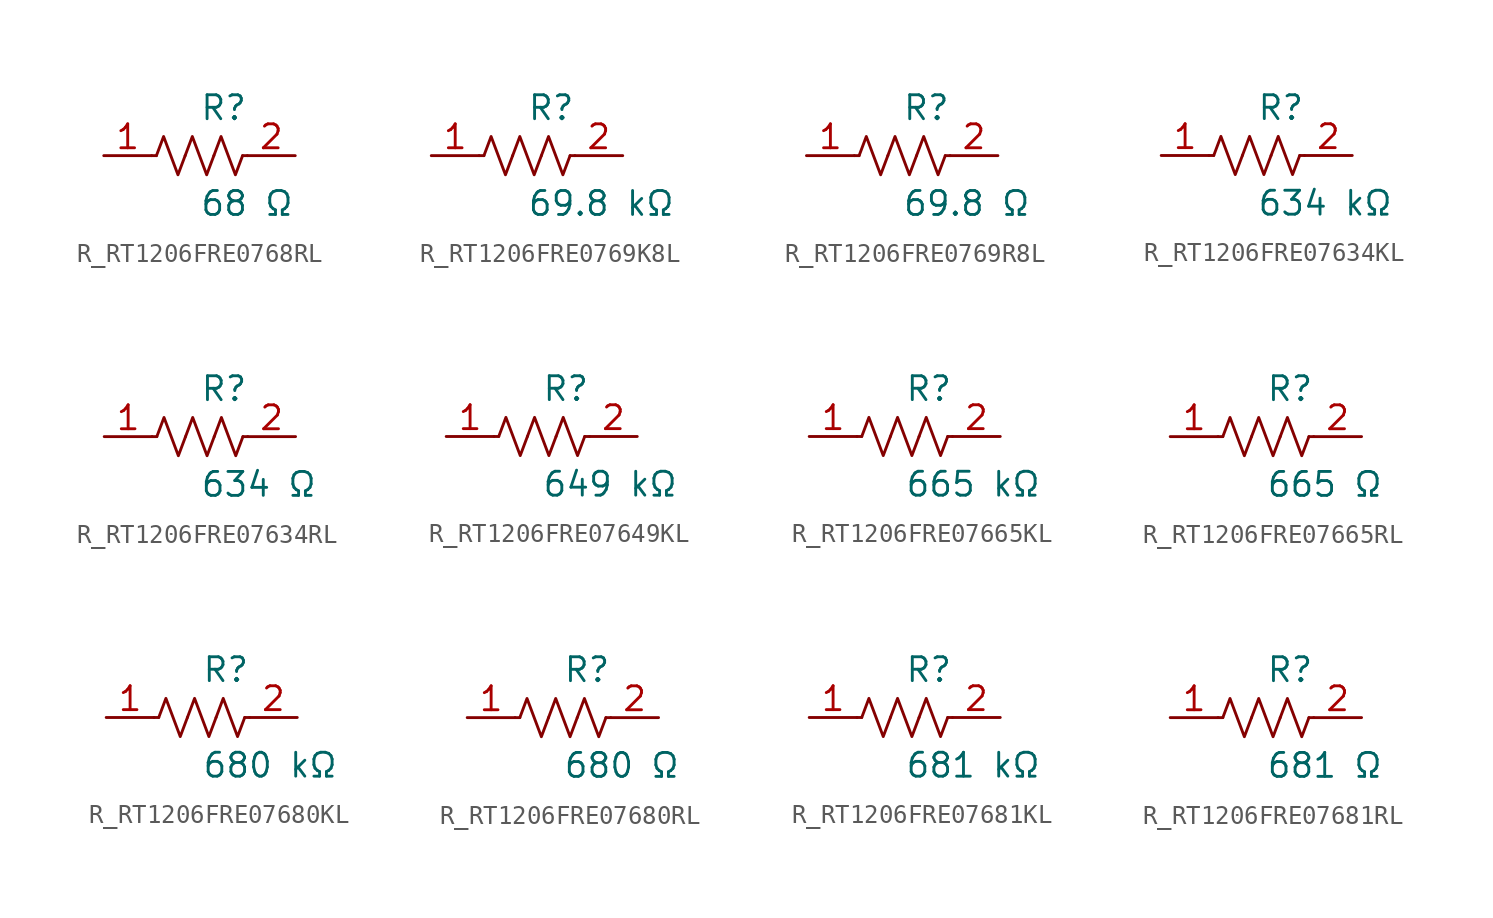
<source format=kicad_sym>
(kicad_symbol_lib
  (version 20231120)
  (generator kicad_symbol_editor)
  (generator_version 8.0)
  (symbol "R_RT1206FRE0768RL"
    (pin_names
      (offset 0.254))
    (property "Reference" "R"
      (at 0 2.54 0)
      (effects (font (size 1.27 1.27)) (justify left)))
    (property "Value" "68 Ω"
      (at 0 -2.54 0)
      (effects (font (size 1.27 1.27)) (justify left)))
    (symbol "R_RT1206FRE0768RL_0_1"
      (polyline (pts (xy 2.286 0) (xy 2.54 0)) (stroke (width 0) (type default)) (fill (type none)))
      (polyline (pts (xy -2.286 0) (xy -2.54 0)) (stroke (width 0) (type default)) (fill (type none)))
      (polyline (pts (xy 0.762 0) (xy 1.143 1.016) (xy 1.524 0) (xy 1.905 -1.016) (xy 2.286 0)) (stroke (width 0) (type default)) (fill (type none)))
      (polyline (pts (xy -0.762 0) (xy -0.381 1.016) (xy 0 0) (xy 0.381 -1.016) (xy 0.762 0)) (stroke (width 0) (type default)) (fill (type none)))
      (polyline (pts (xy -2.286 0) (xy -1.905 1.016) (xy -1.524 0) (xy -1.143 -1.016) (xy -0.762 0)) (stroke (width 0) (type default)) (fill (type none))))
    (pin unspecified line
      (at -5.08 0 0)
      (length 2.54)
      (name "" (effects (font (size 1.27 1.27))))
      (number "1" (effects (font (size 1.27 1.27)))))
    (pin unspecified line
      (at 5.08 0 180)
      (length 2.54)
      (name "" (effects (font (size 1.27 1.27))))
      (number "2" (effects (font (size 1.27 1.27))))))
  (symbol "R_RT1206FRE0769K8L"
    (pin_names
      (offset 0.254))
    (property "Reference" "R"
      (at 0 2.54 0)
      (effects (font (size 1.27 1.27)) (justify left)))
    (property "Value" "69.8 kΩ"
      (at 0 -2.54 0)
      (effects (font (size 1.27 1.27)) (justify left)))
    (symbol "R_RT1206FRE0769K8L_0_1"
      (polyline (pts (xy 2.286 0) (xy 2.54 0)) (stroke (width 0) (type default)) (fill (type none)))
      (polyline (pts (xy -2.286 0) (xy -2.54 0)) (stroke (width 0) (type default)) (fill (type none)))
      (polyline (pts (xy 0.762 0) (xy 1.143 1.016) (xy 1.524 0) (xy 1.905 -1.016) (xy 2.286 0)) (stroke (width 0) (type default)) (fill (type none)))
      (polyline (pts (xy -0.762 0) (xy -0.381 1.016) (xy 0 0) (xy 0.381 -1.016) (xy 0.762 0)) (stroke (width 0) (type default)) (fill (type none)))
      (polyline (pts (xy -2.286 0) (xy -1.905 1.016) (xy -1.524 0) (xy -1.143 -1.016) (xy -0.762 0)) (stroke (width 0) (type default)) (fill (type none))))
    (pin unspecified line
      (at -5.08 0 0)
      (length 2.54)
      (name "" (effects (font (size 1.27 1.27))))
      (number "1" (effects (font (size 1.27 1.27)))))
    (pin unspecified line
      (at 5.08 0 180)
      (length 2.54)
      (name "" (effects (font (size 1.27 1.27))))
      (number "2" (effects (font (size 1.27 1.27))))))
  (symbol "R_RT1206FRE0769R8L"
    (pin_names
      (offset 0.254))
    (property "Reference" "R"
      (at 0 2.54 0)
      (effects (font (size 1.27 1.27)) (justify left)))
    (property "Value" "69.8 Ω"
      (at 0 -2.54 0)
      (effects (font (size 1.27 1.27)) (justify left)))
    (symbol "R_RT1206FRE0769R8L_0_1"
      (polyline (pts (xy 2.286 0) (xy 2.54 0)) (stroke (width 0) (type default)) (fill (type none)))
      (polyline (pts (xy -2.286 0) (xy -2.54 0)) (stroke (width 0) (type default)) (fill (type none)))
      (polyline (pts (xy 0.762 0) (xy 1.143 1.016) (xy 1.524 0) (xy 1.905 -1.016) (xy 2.286 0)) (stroke (width 0) (type default)) (fill (type none)))
      (polyline (pts (xy -0.762 0) (xy -0.381 1.016) (xy 0 0) (xy 0.381 -1.016) (xy 0.762 0)) (stroke (width 0) (type default)) (fill (type none)))
      (polyline (pts (xy -2.286 0) (xy -1.905 1.016) (xy -1.524 0) (xy -1.143 -1.016) (xy -0.762 0)) (stroke (width 0) (type default)) (fill (type none))))
    (pin unspecified line
      (at -5.08 0 0)
      (length 2.54)
      (name "" (effects (font (size 1.27 1.27))))
      (number "1" (effects (font (size 1.27 1.27)))))
    (pin unspecified line
      (at 5.08 0 180)
      (length 2.54)
      (name "" (effects (font (size 1.27 1.27))))
      (number "2" (effects (font (size 1.27 1.27))))))
  (symbol "R_RT1206FRE07634KL"
    (pin_names
      (offset 0.254))
    (property "Reference" "R"
      (at 0 2.54 0)
      (effects (font (size 1.27 1.27)) (justify left)))
    (property "Value" "634 kΩ"
      (at 0 -2.54 0)
      (effects (font (size 1.27 1.27)) (justify left)))
    (symbol "R_RT1206FRE07634KL_0_1"
      (polyline (pts (xy 2.286 0) (xy 2.54 0)) (stroke (width 0) (type default)) (fill (type none)))
      (polyline (pts (xy -2.286 0) (xy -2.54 0)) (stroke (width 0) (type default)) (fill (type none)))
      (polyline (pts (xy 0.762 0) (xy 1.143 1.016) (xy 1.524 0) (xy 1.905 -1.016) (xy 2.286 0)) (stroke (width 0) (type default)) (fill (type none)))
      (polyline (pts (xy -0.762 0) (xy -0.381 1.016) (xy 0 0) (xy 0.381 -1.016) (xy 0.762 0)) (stroke (width 0) (type default)) (fill (type none)))
      (polyline (pts (xy -2.286 0) (xy -1.905 1.016) (xy -1.524 0) (xy -1.143 -1.016) (xy -0.762 0)) (stroke (width 0) (type default)) (fill (type none))))
    (pin unspecified line
      (at -5.08 0 0)
      (length 2.54)
      (name "" (effects (font (size 1.27 1.27))))
      (number "1" (effects (font (size 1.27 1.27)))))
    (pin unspecified line
      (at 5.08 0 180)
      (length 2.54)
      (name "" (effects (font (size 1.27 1.27))))
      (number "2" (effects (font (size 1.27 1.27))))))
  (symbol "R_RT1206FRE07634RL"
    (pin_names
      (offset 0.254))
    (property "Reference" "R"
      (at 0 2.54 0)
      (effects (font (size 1.27 1.27)) (justify left)))
    (property "Value" "634 Ω"
      (at 0 -2.54 0)
      (effects (font (size 1.27 1.27)) (justify left)))
    (symbol "R_RT1206FRE07634RL_0_1"
      (polyline (pts (xy 2.286 0) (xy 2.54 0)) (stroke (width 0) (type default)) (fill (type none)))
      (polyline (pts (xy -2.286 0) (xy -2.54 0)) (stroke (width 0) (type default)) (fill (type none)))
      (polyline (pts (xy 0.762 0) (xy 1.143 1.016) (xy 1.524 0) (xy 1.905 -1.016) (xy 2.286 0)) (stroke (width 0) (type default)) (fill (type none)))
      (polyline (pts (xy -0.762 0) (xy -0.381 1.016) (xy 0 0) (xy 0.381 -1.016) (xy 0.762 0)) (stroke (width 0) (type default)) (fill (type none)))
      (polyline (pts (xy -2.286 0) (xy -1.905 1.016) (xy -1.524 0) (xy -1.143 -1.016) (xy -0.762 0)) (stroke (width 0) (type default)) (fill (type none))))
    (pin unspecified line
      (at -5.08 0 0)
      (length 2.54)
      (name "" (effects (font (size 1.27 1.27))))
      (number "1" (effects (font (size 1.27 1.27)))))
    (pin unspecified line
      (at 5.08 0 180)
      (length 2.54)
      (name "" (effects (font (size 1.27 1.27))))
      (number "2" (effects (font (size 1.27 1.27))))))
  (symbol "R_RT1206FRE07649KL"
    (pin_names
      (offset 0.254))
    (property "Reference" "R"
      (at 0 2.54 0)
      (effects (font (size 1.27 1.27)) (justify left)))
    (property "Value" "649 kΩ"
      (at 0 -2.54 0)
      (effects (font (size 1.27 1.27)) (justify left)))
    (symbol "R_RT1206FRE07649KL_0_1"
      (polyline (pts (xy 2.286 0) (xy 2.54 0)) (stroke (width 0) (type default)) (fill (type none)))
      (polyline (pts (xy -2.286 0) (xy -2.54 0)) (stroke (width 0) (type default)) (fill (type none)))
      (polyline (pts (xy 0.762 0) (xy 1.143 1.016) (xy 1.524 0) (xy 1.905 -1.016) (xy 2.286 0)) (stroke (width 0) (type default)) (fill (type none)))
      (polyline (pts (xy -0.762 0) (xy -0.381 1.016) (xy 0 0) (xy 0.381 -1.016) (xy 0.762 0)) (stroke (width 0) (type default)) (fill (type none)))
      (polyline (pts (xy -2.286 0) (xy -1.905 1.016) (xy -1.524 0) (xy -1.143 -1.016) (xy -0.762 0)) (stroke (width 0) (type default)) (fill (type none))))
    (pin unspecified line
      (at -5.08 0 0)
      (length 2.54)
      (name "" (effects (font (size 1.27 1.27))))
      (number "1" (effects (font (size 1.27 1.27)))))
    (pin unspecified line
      (at 5.08 0 180)
      (length 2.54)
      (name "" (effects (font (size 1.27 1.27))))
      (number "2" (effects (font (size 1.27 1.27))))))
  (symbol "R_RT1206FRE07665KL"
    (pin_names
      (offset 0.254))
    (property "Reference" "R"
      (at 0 2.54 0)
      (effects (font (size 1.27 1.27)) (justify left)))
    (property "Value" "665 kΩ"
      (at 0 -2.54 0)
      (effects (font (size 1.27 1.27)) (justify left)))
    (symbol "R_RT1206FRE07665KL_0_1"
      (polyline (pts (xy 2.286 0) (xy 2.54 0)) (stroke (width 0) (type default)) (fill (type none)))
      (polyline (pts (xy -2.286 0) (xy -2.54 0)) (stroke (width 0) (type default)) (fill (type none)))
      (polyline (pts (xy 0.762 0) (xy 1.143 1.016) (xy 1.524 0) (xy 1.905 -1.016) (xy 2.286 0)) (stroke (width 0) (type default)) (fill (type none)))
      (polyline (pts (xy -0.762 0) (xy -0.381 1.016) (xy 0 0) (xy 0.381 -1.016) (xy 0.762 0)) (stroke (width 0) (type default)) (fill (type none)))
      (polyline (pts (xy -2.286 0) (xy -1.905 1.016) (xy -1.524 0) (xy -1.143 -1.016) (xy -0.762 0)) (stroke (width 0) (type default)) (fill (type none))))
    (pin unspecified line
      (at -5.08 0 0)
      (length 2.54)
      (name "" (effects (font (size 1.27 1.27))))
      (number "1" (effects (font (size 1.27 1.27)))))
    (pin unspecified line
      (at 5.08 0 180)
      (length 2.54)
      (name "" (effects (font (size 1.27 1.27))))
      (number "2" (effects (font (size 1.27 1.27))))))
  (symbol "R_RT1206FRE07665RL"
    (pin_names
      (offset 0.254))
    (property "Reference" "R"
      (at 0 2.54 0)
      (effects (font (size 1.27 1.27)) (justify left)))
    (property "Value" "665 Ω"
      (at 0 -2.54 0)
      (effects (font (size 1.27 1.27)) (justify left)))
    (symbol "R_RT1206FRE07665RL_0_1"
      (polyline (pts (xy 2.286 0) (xy 2.54 0)) (stroke (width 0) (type default)) (fill (type none)))
      (polyline (pts (xy -2.286 0) (xy -2.54 0)) (stroke (width 0) (type default)) (fill (type none)))
      (polyline (pts (xy 0.762 0) (xy 1.143 1.016) (xy 1.524 0) (xy 1.905 -1.016) (xy 2.286 0)) (stroke (width 0) (type default)) (fill (type none)))
      (polyline (pts (xy -0.762 0) (xy -0.381 1.016) (xy 0 0) (xy 0.381 -1.016) (xy 0.762 0)) (stroke (width 0) (type default)) (fill (type none)))
      (polyline (pts (xy -2.286 0) (xy -1.905 1.016) (xy -1.524 0) (xy -1.143 -1.016) (xy -0.762 0)) (stroke (width 0) (type default)) (fill (type none))))
    (pin unspecified line
      (at -5.08 0 0)
      (length 2.54)
      (name "" (effects (font (size 1.27 1.27))))
      (number "1" (effects (font (size 1.27 1.27)))))
    (pin unspecified line
      (at 5.08 0 180)
      (length 2.54)
      (name "" (effects (font (size 1.27 1.27))))
      (number "2" (effects (font (size 1.27 1.27))))))
  (symbol "R_RT1206FRE07680KL"
    (pin_names
      (offset 0.254))
    (property "Reference" "R"
      (at 0 2.54 0)
      (effects (font (size 1.27 1.27)) (justify left)))
    (property "Value" "680 kΩ"
      (at 0 -2.54 0)
      (effects (font (size 1.27 1.27)) (justify left)))
    (symbol "R_RT1206FRE07680KL_0_1"
      (polyline (pts (xy 2.286 0) (xy 2.54 0)) (stroke (width 0) (type default)) (fill (type none)))
      (polyline (pts (xy -2.286 0) (xy -2.54 0)) (stroke (width 0) (type default)) (fill (type none)))
      (polyline (pts (xy 0.762 0) (xy 1.143 1.016) (xy 1.524 0) (xy 1.905 -1.016) (xy 2.286 0)) (stroke (width 0) (type default)) (fill (type none)))
      (polyline (pts (xy -0.762 0) (xy -0.381 1.016) (xy 0 0) (xy 0.381 -1.016) (xy 0.762 0)) (stroke (width 0) (type default)) (fill (type none)))
      (polyline (pts (xy -2.286 0) (xy -1.905 1.016) (xy -1.524 0) (xy -1.143 -1.016) (xy -0.762 0)) (stroke (width 0) (type default)) (fill (type none))))
    (pin unspecified line
      (at -5.08 0 0)
      (length 2.54)
      (name "" (effects (font (size 1.27 1.27))))
      (number "1" (effects (font (size 1.27 1.27)))))
    (pin unspecified line
      (at 5.08 0 180)
      (length 2.54)
      (name "" (effects (font (size 1.27 1.27))))
      (number "2" (effects (font (size 1.27 1.27))))))
  (symbol "R_RT1206FRE07680RL"
    (pin_names
      (offset 0.254))
    (property "Reference" "R"
      (at 0 2.54 0)
      (effects (font (size 1.27 1.27)) (justify left)))
    (property "Value" "680 Ω"
      (at 0 -2.54 0)
      (effects (font (size 1.27 1.27)) (justify left)))
    (symbol "R_RT1206FRE07680RL_0_1"
      (polyline (pts (xy 2.286 0) (xy 2.54 0)) (stroke (width 0) (type default)) (fill (type none)))
      (polyline (pts (xy -2.286 0) (xy -2.54 0)) (stroke (width 0) (type default)) (fill (type none)))
      (polyline (pts (xy 0.762 0) (xy 1.143 1.016) (xy 1.524 0) (xy 1.905 -1.016) (xy 2.286 0)) (stroke (width 0) (type default)) (fill (type none)))
      (polyline (pts (xy -0.762 0) (xy -0.381 1.016) (xy 0 0) (xy 0.381 -1.016) (xy 0.762 0)) (stroke (width 0) (type default)) (fill (type none)))
      (polyline (pts (xy -2.286 0) (xy -1.905 1.016) (xy -1.524 0) (xy -1.143 -1.016) (xy -0.762 0)) (stroke (width 0) (type default)) (fill (type none))))
    (pin unspecified line
      (at -5.08 0 0)
      (length 2.54)
      (name "" (effects (font (size 1.27 1.27))))
      (number "1" (effects (font (size 1.27 1.27)))))
    (pin unspecified line
      (at 5.08 0 180)
      (length 2.54)
      (name "" (effects (font (size 1.27 1.27))))
      (number "2" (effects (font (size 1.27 1.27))))))
  (symbol "R_RT1206FRE07681KL"
    (pin_names
      (offset 0.254))
    (property "Reference" "R"
      (at 0 2.54 0)
      (effects (font (size 1.27 1.27)) (justify left)))
    (property "Value" "681 kΩ"
      (at 0 -2.54 0)
      (effects (font (size 1.27 1.27)) (justify left)))
    (symbol "R_RT1206FRE07681KL_0_1"
      (polyline (pts (xy 2.286 0) (xy 2.54 0)) (stroke (width 0) (type default)) (fill (type none)))
      (polyline (pts (xy -2.286 0) (xy -2.54 0)) (stroke (width 0) (type default)) (fill (type none)))
      (polyline (pts (xy 0.762 0) (xy 1.143 1.016) (xy 1.524 0) (xy 1.905 -1.016) (xy 2.286 0)) (stroke (width 0) (type default)) (fill (type none)))
      (polyline (pts (xy -0.762 0) (xy -0.381 1.016) (xy 0 0) (xy 0.381 -1.016) (xy 0.762 0)) (stroke (width 0) (type default)) (fill (type none)))
      (polyline (pts (xy -2.286 0) (xy -1.905 1.016) (xy -1.524 0) (xy -1.143 -1.016) (xy -0.762 0)) (stroke (width 0) (type default)) (fill (type none))))
    (pin unspecified line
      (at -5.08 0 0)
      (length 2.54)
      (name "" (effects (font (size 1.27 1.27))))
      (number "1" (effects (font (size 1.27 1.27)))))
    (pin unspecified line
      (at 5.08 0 180)
      (length 2.54)
      (name "" (effects (font (size 1.27 1.27))))
      (number "2" (effects (font (size 1.27 1.27))))))
  (symbol "R_RT1206FRE07681RL"
    (pin_names
      (offset 0.254))
    (property "Reference" "R"
      (at 0 2.54 0)
      (effects (font (size 1.27 1.27)) (justify left)))
    (property "Value" "681 Ω"
      (at 0 -2.54 0)
      (effects (font (size 1.27 1.27)) (justify left)))
    (symbol "R_RT1206FRE07681RL_0_1"
      (polyline (pts (xy 2.286 0) (xy 2.54 0)) (stroke (width 0) (type default)) (fill (type none)))
      (polyline (pts (xy -2.286 0) (xy -2.54 0)) (stroke (width 0) (type default)) (fill (type none)))
      (polyline (pts (xy 0.762 0) (xy 1.143 1.016) (xy 1.524 0) (xy 1.905 -1.016) (xy 2.286 0)) (stroke (width 0) (type default)) (fill (type none)))
      (polyline (pts (xy -0.762 0) (xy -0.381 1.016) (xy 0 0) (xy 0.381 -1.016) (xy 0.762 0)) (stroke (width 0) (type default)) (fill (type none)))
      (polyline (pts (xy -2.286 0) (xy -1.905 1.016) (xy -1.524 0) (xy -1.143 -1.016) (xy -0.762 0)) (stroke (width 0) (type default)) (fill (type none))))
    (pin unspecified line
      (at -5.08 0 0)
      (length 2.54)
      (name "" (effects (font (size 1.27 1.27))))
      (number "1" (effects (font (size 1.27 1.27)))))
    (pin unspecified line
      (at 5.08 0 180)
      (length 2.54)
      (name "" (effects (font (size 1.27 1.27))))
      (number "2" (effects (font (size 1.27 1.27)))))))
</source>
